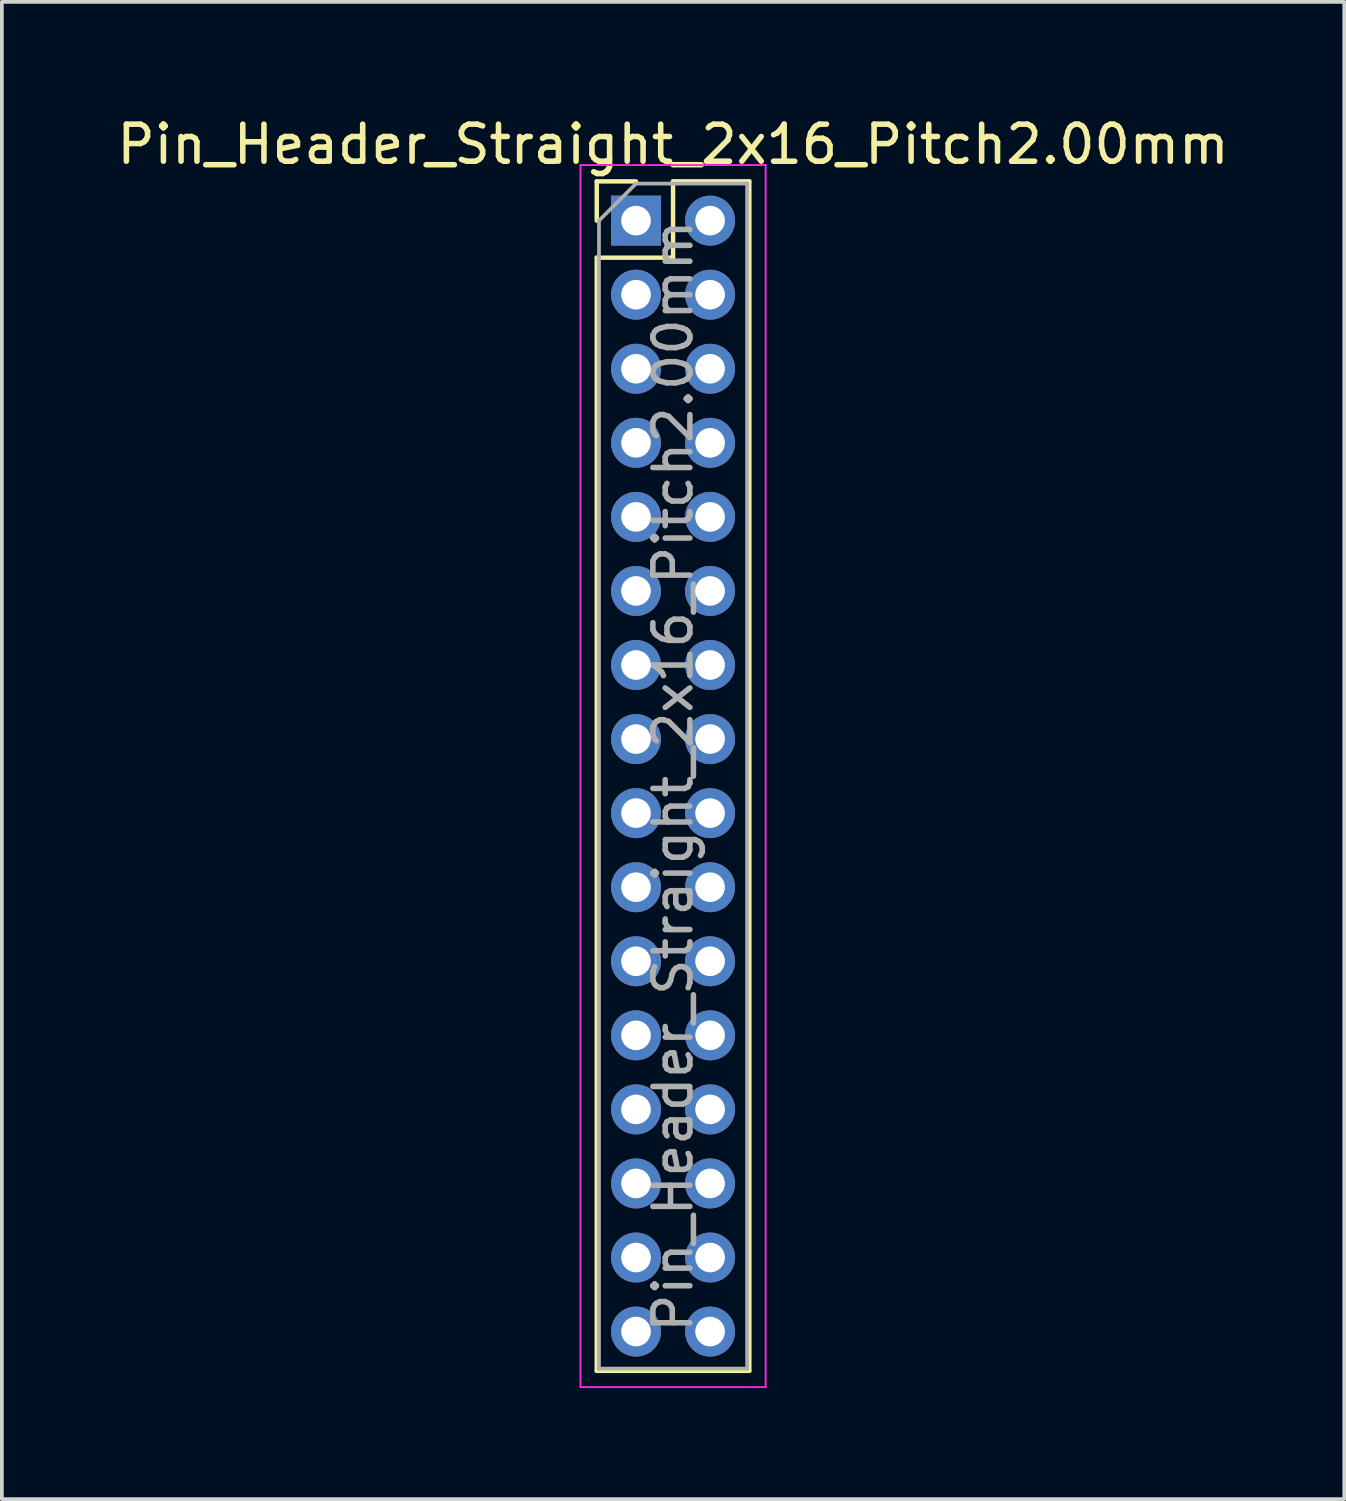
<source format=kicad_pcb>
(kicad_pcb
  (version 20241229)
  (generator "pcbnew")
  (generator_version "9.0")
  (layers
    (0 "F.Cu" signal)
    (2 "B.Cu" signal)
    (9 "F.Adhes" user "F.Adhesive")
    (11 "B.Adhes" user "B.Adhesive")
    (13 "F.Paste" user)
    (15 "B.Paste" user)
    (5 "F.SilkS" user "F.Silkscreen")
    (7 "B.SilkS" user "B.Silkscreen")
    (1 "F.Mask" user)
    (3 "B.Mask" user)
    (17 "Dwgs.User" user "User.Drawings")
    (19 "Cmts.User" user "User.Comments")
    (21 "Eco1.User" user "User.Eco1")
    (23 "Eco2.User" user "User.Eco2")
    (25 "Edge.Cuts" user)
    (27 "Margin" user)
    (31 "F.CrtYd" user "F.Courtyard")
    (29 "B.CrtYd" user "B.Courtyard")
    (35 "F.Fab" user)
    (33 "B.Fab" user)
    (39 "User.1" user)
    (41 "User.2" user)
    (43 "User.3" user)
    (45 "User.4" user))
  (footprint "Pin_Header_Straight_2x16_Pitch2.00mm"
    (layer "F.Cu")
    (at 14.125 2.908)
    (property "Reference" "Pin_Header_Straight_2x16_Pitch2.00mm" (at 1 -2.06 0) (layer "F.SilkS") (effects (font (size 1 1) (thickness 0.15))))
    (attr through_hole)
    (fp_line (start -1.06 -1.06) (end 0 -1.06) (stroke (width 0.12) (type solid)) (layer "F.SilkS"))
    (fp_line (start -1.06 0) (end -1.06 -1.06) (stroke (width 0.12) (type solid)) (layer "F.SilkS"))
    (fp_line (start -1.06 1) (end -1.06 31.06) (stroke (width 0.12) (type solid)) (layer "F.SilkS"))
    (fp_line (start -1.06 1) (end 1 1) (stroke (width 0.12) (type solid)) (layer "F.SilkS"))
    (fp_line (start -1.06 31.06) (end 3.06 31.06) (stroke (width 0.12) (type solid)) (layer "F.SilkS"))
    (fp_line (start 1 -1.06) (end 3.06 -1.06) (stroke (width 0.12) (type solid)) (layer "F.SilkS"))
    (fp_line (start 1 1) (end 1 -1.06) (stroke (width 0.12) (type solid)) (layer "F.SilkS"))
    (fp_line (start 3.06 -1.06) (end 3.06 31.06) (stroke (width 0.12) (type solid)) (layer "F.SilkS"))
    (fp_line (start -1.5 -1.5) (end -1.5 31.5) (stroke (width 0.05) (type solid)) (layer "F.CrtYd"))
    (fp_line (start -1.5 31.5) (end 3.5 31.5) (stroke (width 0.05) (type solid)) (layer "F.CrtYd"))
    (fp_line (start 3.5 -1.5) (end -1.5 -1.5) (stroke (width 0.05) (type solid)) (layer "F.CrtYd"))
    (fp_line (start 3.5 31.5) (end 3.5 -1.5) (stroke (width 0.05) (type solid)) (layer "F.CrtYd"))
    (fp_line (start -1 0) (end 0 -1) (stroke (width 0.1) (type solid)) (layer "F.Fab"))
    (fp_line (start -1 31) (end -1 0) (stroke (width 0.1) (type solid)) (layer "F.Fab"))
    (fp_line (start 0 -1) (end 3 -1) (stroke (width 0.1) (type solid)) (layer "F.Fab"))
    (fp_line (start 3 -1) (end 3 31) (stroke (width 0.1) (type solid)) (layer "F.Fab"))
    (fp_line (start 3 31) (end -1 31) (stroke (width 0.1) (type solid)) (layer "F.Fab"))
    (fp_text user "${REFERENCE}" (at 1 15 90) (layer "F.Fab") (effects (font (size 1 1) (thickness 0.15))))
    (pad "1" thru_hole rect (at 0 0) (size 1.35 1.35) (drill 0.8) (layers "*.Cu" "*.Mask"))
    (pad "2" thru_hole oval (at 2 0) (size 1.35 1.35) (drill 0.8) (layers "*.Cu" "*.Mask"))
    (pad "3" thru_hole oval (at 0 2) (size 1.35 1.35) (drill 0.8) (layers "*.Cu" "*.Mask"))
    (pad "4" thru_hole oval (at 2 2) (size 1.35 1.35) (drill 0.8) (layers "*.Cu" "*.Mask"))
    (pad "5" thru_hole oval (at 0 4) (size 1.35 1.35) (drill 0.8) (layers "*.Cu" "*.Mask"))
    (pad "6" thru_hole oval (at 2 4) (size 1.35 1.35) (drill 0.8) (layers "*.Cu" "*.Mask"))
    (pad "7" thru_hole oval (at 0 6) (size 1.35 1.35) (drill 0.8) (layers "*.Cu" "*.Mask"))
    (pad "8" thru_hole oval (at 2 6) (size 1.35 1.35) (drill 0.8) (layers "*.Cu" "*.Mask"))
    (pad "9" thru_hole oval (at 0 8) (size 1.35 1.35) (drill 0.8) (layers "*.Cu" "*.Mask"))
    (pad "10" thru_hole oval (at 2 8) (size 1.35 1.35) (drill 0.8) (layers "*.Cu" "*.Mask"))
    (pad "11" thru_hole oval (at 0 10) (size 1.35 1.35) (drill 0.8) (layers "*.Cu" "*.Mask"))
    (pad "12" thru_hole oval (at 2 10) (size 1.35 1.35) (drill 0.8) (layers "*.Cu" "*.Mask"))
    (pad "13" thru_hole oval (at 0 12) (size 1.35 1.35) (drill 0.8) (layers "*.Cu" "*.Mask"))
    (pad "14" thru_hole oval (at 2 12) (size 1.35 1.35) (drill 0.8) (layers "*.Cu" "*.Mask"))
    (pad "15" thru_hole oval (at 0 14) (size 1.35 1.35) (drill 0.8) (layers "*.Cu" "*.Mask"))
    (pad "16" thru_hole oval (at 2 14) (size 1.35 1.35) (drill 0.8) (layers "*.Cu" "*.Mask"))
    (pad "17" thru_hole oval (at 0 16) (size 1.35 1.35) (drill 0.8) (layers "*.Cu" "*.Mask"))
    (pad "18" thru_hole oval (at 2 16) (size 1.35 1.35) (drill 0.8) (layers "*.Cu" "*.Mask"))
    (pad "19" thru_hole oval (at 0 18) (size 1.35 1.35) (drill 0.8) (layers "*.Cu" "*.Mask"))
    (pad "20" thru_hole oval (at 2 18) (size 1.35 1.35) (drill 0.8) (layers "*.Cu" "*.Mask"))
    (pad "21" thru_hole oval (at 0 20) (size 1.35 1.35) (drill 0.8) (layers "*.Cu" "*.Mask"))
    (pad "22" thru_hole oval (at 2 20) (size 1.35 1.35) (drill 0.8) (layers "*.Cu" "*.Mask"))
    (pad "23" thru_hole oval (at 0 22) (size 1.35 1.35) (drill 0.8) (layers "*.Cu" "*.Mask"))
    (pad "24" thru_hole oval (at 2 22) (size 1.35 1.35) (drill 0.8) (layers "*.Cu" "*.Mask"))
    (pad "25" thru_hole oval (at 0 24) (size 1.35 1.35) (drill 0.8) (layers "*.Cu" "*.Mask"))
    (pad "26" thru_hole oval (at 2 24) (size 1.35 1.35) (drill 0.8) (layers "*.Cu" "*.Mask"))
    (pad "27" thru_hole oval (at 0 26) (size 1.35 1.35) (drill 0.8) (layers "*.Cu" "*.Mask"))
    (pad "28" thru_hole oval (at 2 26) (size 1.35 1.35) (drill 0.8) (layers "*.Cu" "*.Mask"))
    (pad "29" thru_hole oval (at 0 28) (size 1.35 1.35) (drill 0.8) (layers "*.Cu" "*.Mask"))
    (pad "30" thru_hole oval (at 2 28) (size 1.35 1.35) (drill 0.8) (layers "*.Cu" "*.Mask"))
    (pad "31" thru_hole oval (at 0 30) (size 1.35 1.35) (drill 0.8) (layers "*.Cu" "*.Mask"))
    (pad "32" thru_hole oval (at 2 30) (size 1.35 1.35) (drill 0.8) (layers "*.Cu" "*.Mask")))
  (gr_rect
    (start -3 -3)
    (end 33.25 37.433)
    (stroke (width 0.1) (type default))
    (fill no)
    (layer "Edge.Cuts")))
</source>
